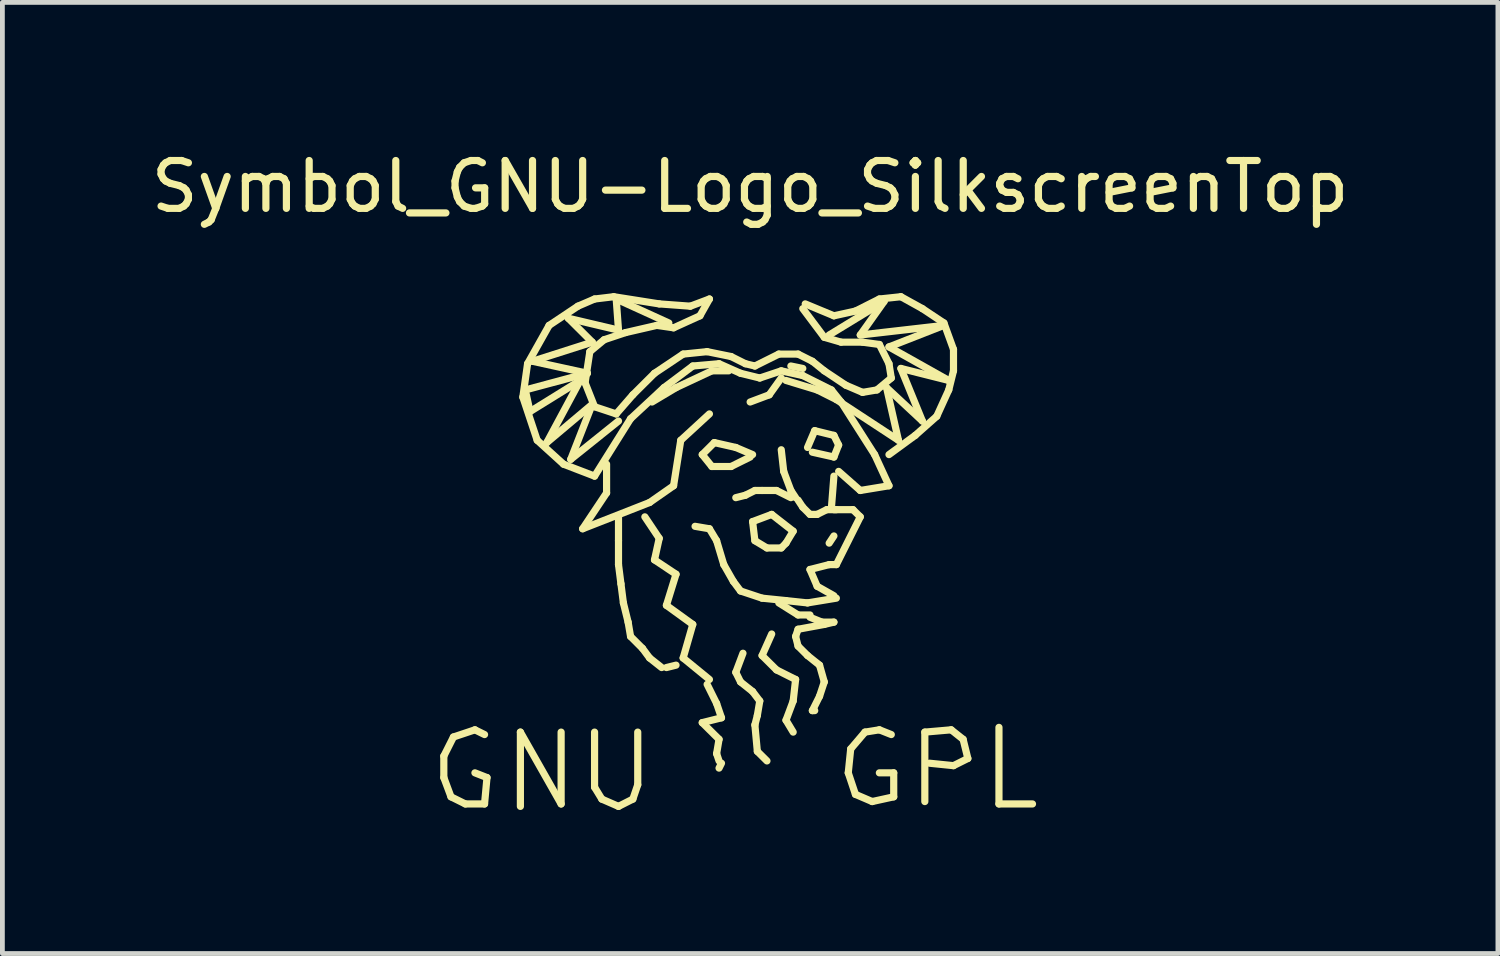
<source format=kicad_pcb>
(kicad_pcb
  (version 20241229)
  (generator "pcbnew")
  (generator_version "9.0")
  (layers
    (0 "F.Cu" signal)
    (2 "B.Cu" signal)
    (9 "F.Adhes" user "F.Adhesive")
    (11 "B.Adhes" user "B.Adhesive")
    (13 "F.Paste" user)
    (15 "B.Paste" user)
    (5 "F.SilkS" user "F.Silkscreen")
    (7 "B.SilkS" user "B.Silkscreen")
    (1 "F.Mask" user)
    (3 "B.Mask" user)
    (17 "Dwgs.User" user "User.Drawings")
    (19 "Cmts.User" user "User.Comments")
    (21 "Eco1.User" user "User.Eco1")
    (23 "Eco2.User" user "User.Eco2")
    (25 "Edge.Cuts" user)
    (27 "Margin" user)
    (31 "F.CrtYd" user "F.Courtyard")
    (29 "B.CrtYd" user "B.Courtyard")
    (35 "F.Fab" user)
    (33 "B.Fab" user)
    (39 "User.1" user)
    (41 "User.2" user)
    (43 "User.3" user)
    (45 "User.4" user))
  (footprint "Symbol_GNU-Logo_SilkscreenTop"
    (layer "F.Cu")
    (at 12.625 6.899)
    (property "Reference" "Symbol_GNU-Logo_SilkscreenTop" (at 0 -6.05 0) (layer "F.SilkS") (effects (font (size 1 1) (thickness 0.15))))
    (attr exclude_from_pos_files exclude_from_bom allow_missing_courtyard)
    (fp_line (start -6.401 5.85) (end -6.401 6.299) (stroke (width 0.15) (type solid)) (layer "F.SilkS"))
    (fp_line (start -6.401 6.299) (end -6.251 6.701) (stroke (width 0.15) (type solid)) (layer "F.SilkS"))
    (fp_line (start -6.251 6.701) (end -5.951 6.85) (stroke (width 0.15) (type solid)) (layer "F.SilkS"))
    (fp_line (start -6.2 5.451) (end -6.401 5.85) (stroke (width 0.15) (type solid)) (layer "F.SilkS"))
    (fp_line (start -5.951 6.85) (end -5.55 6.85) (stroke (width 0.15) (type solid)) (layer "F.SilkS"))
    (fp_line (start -5.751 5.301) (end -6.2 5.451) (stroke (width 0.15) (type solid)) (layer "F.SilkS"))
    (fp_line (start -5.55 5.4) (end -5.751 5.301) (stroke (width 0.15) (type solid)) (layer "F.SilkS"))
    (fp_line (start -5.55 6.85) (end -5.499 6.299) (stroke (width 0.15) (type solid)) (layer "F.SilkS"))
    (fp_line (start -5.499 6.299) (end -5.751 6.2) (stroke (width 0.15) (type solid)) (layer "F.SilkS"))
    (fp_line (start -4.801 5.349) (end -3.95 6.85) (stroke (width 0.15) (type solid)) (layer "F.SilkS"))
    (fp_line (start -4.801 6.901) (end -4.801 5.349) (stroke (width 0.15) (type solid)) (layer "F.SilkS"))
    (fp_line (start -4.75 -1.651) (end -4.45 -0.749) (stroke (width 0.15) (type solid)) (layer "F.SilkS"))
    (fp_line (start -4.699 -1.801) (end -3.401 -2.149) (stroke (width 0.15) (type solid)) (layer "F.SilkS"))
    (fp_line (start -4.651 -2.349) (end -4.75 -1.651) (stroke (width 0.15) (type solid)) (layer "F.SilkS"))
    (fp_line (start -4.6 -1.349) (end -4.699 -1.801) (stroke (width 0.15) (type solid)) (layer "F.SilkS"))
    (fp_line (start -4.549 -2.4) (end -3.299 -2.799) (stroke (width 0.15) (type solid)) (layer "F.SilkS"))
    (fp_line (start -4.45 -0.749) (end -3.899 -0.249) (stroke (width 0.15) (type solid)) (layer "F.SilkS"))
    (fp_line (start -4.249 -0.701) (end -3.551 -1.999) (stroke (width 0.15) (type solid)) (layer "F.SilkS"))
    (fp_line (start -4.201 -3.15) (end -4.651 -2.349) (stroke (width 0.15) (type solid)) (layer "F.SilkS"))
    (fp_line (start -3.95 6.85) (end -3.95 5.349) (stroke (width 0.15) (type solid)) (layer "F.SilkS"))
    (fp_line (start -3.899 -0.249) (end -3.251 0) (stroke (width 0.15) (type solid)) (layer "F.SilkS"))
    (fp_line (start -3.8 -3.299) (end -2.751 -3.051) (stroke (width 0.15) (type solid)) (layer "F.SilkS"))
    (fp_line (start -3.749 -0.351) (end -3.299 -1.501) (stroke (width 0.15) (type solid)) (layer "F.SilkS"))
    (fp_line (start -3.599 -3.551) (end -4.201 -3.15) (stroke (width 0.15) (type solid)) (layer "F.SilkS"))
    (fp_line (start -3.551 -1.999) (end -4.6 -1.349) (stroke (width 0.15) (type solid)) (layer "F.SilkS"))
    (fp_line (start -3.5 1.1) (end -2.101 0.551) (stroke (width 0.15) (type solid)) (layer "F.SilkS"))
    (fp_line (start -3.449 -1.951) (end -3.35 -2.601) (stroke (width 0.15) (type solid)) (layer "F.SilkS"))
    (fp_line (start -3.401 -2.149) (end -4.549 -2.4) (stroke (width 0.15) (type solid)) (layer "F.SilkS"))
    (fp_line (start -3.35 -2.601) (end -3.051 -2.85) (stroke (width 0.15) (type solid)) (layer "F.SilkS"))
    (fp_line (start -3.299 -2.799) (end -3.8 -3.299) (stroke (width 0.15) (type solid)) (layer "F.SilkS"))
    (fp_line (start -3.299 -1.501) (end -4.249 -0.701) (stroke (width 0.15) (type solid)) (layer "F.SilkS"))
    (fp_line (start -3.251 -3.701) (end -3.599 -3.551) (stroke (width 0.15) (type solid)) (layer "F.SilkS"))
    (fp_line (start -3.251 -1.45) (end -3.449 -1.951) (stroke (width 0.15) (type solid)) (layer "F.SilkS"))
    (fp_line (start -3.251 0) (end -2.499 -1.199) (stroke (width 0.15) (type solid)) (layer "F.SilkS"))
    (fp_line (start -3.251 5.349) (end -3.251 6.5) (stroke (width 0.15) (type solid)) (layer "F.SilkS"))
    (fp_line (start -3.251 6.5) (end -3.099 6.749) (stroke (width 0.15) (type solid)) (layer "F.SilkS"))
    (fp_line (start -3.099 6.749) (end -2.751 6.901) (stroke (width 0.15) (type solid)) (layer "F.SilkS"))
    (fp_line (start -3.051 -2.85) (end -2.601 -3) (stroke (width 0.15) (type solid)) (layer "F.SilkS"))
    (fp_line (start -3 -0.249) (end -3 0.351) (stroke (width 0.15) (type solid)) (layer "F.SilkS"))
    (fp_line (start -3 0.351) (end -3.5 1.1) (stroke (width 0.15) (type solid)) (layer "F.SilkS"))
    (fp_line (start -2.85 -3.749) (end -3.251 -3.701) (stroke (width 0.15) (type solid)) (layer "F.SilkS"))
    (fp_line (start -2.799 -3.701) (end -1.699 -3.2) (stroke (width 0.15) (type solid)) (layer "F.SilkS"))
    (fp_line (start -2.799 -1.3) (end -3.251 -1.45) (stroke (width 0.15) (type solid)) (layer "F.SilkS"))
    (fp_line (start -2.751 -3.051) (end -2.799 -3.701) (stroke (width 0.15) (type solid)) (layer "F.SilkS"))
    (fp_line (start -2.751 -1.151) (end -3.749 -0.351) (stroke (width 0.15) (type solid)) (layer "F.SilkS"))
    (fp_line (start -2.751 1.349) (end -2.751 0.851) (stroke (width 0.15) (type solid)) (layer "F.SilkS"))
    (fp_line (start -2.751 1.849) (end -2.751 1.349) (stroke (width 0.15) (type solid)) (layer "F.SilkS"))
    (fp_line (start -2.751 6.901) (end -2.451 6.749) (stroke (width 0.15) (type solid)) (layer "F.SilkS"))
    (fp_line (start -2.7 2.25) (end -2.751 1.849) (stroke (width 0.15) (type solid)) (layer "F.SilkS"))
    (fp_line (start -2.649 2.649) (end -2.7 2.25) (stroke (width 0.15) (type solid)) (layer "F.SilkS"))
    (fp_line (start -2.601 -3) (end -1.951 -3.15) (stroke (width 0.15) (type solid)) (layer "F.SilkS"))
    (fp_line (start -2.55 3.051) (end -2.649 2.649) (stroke (width 0.15) (type solid)) (layer "F.SilkS"))
    (fp_line (start -2.499 -1.199) (end -1.801 -1.849) (stroke (width 0.15) (type solid)) (layer "F.SilkS"))
    (fp_line (start -2.499 3.35) (end -2.55 3.051) (stroke (width 0.15) (type solid)) (layer "F.SilkS"))
    (fp_line (start -2.451 -1.699) (end -2.799 -1.3) (stroke (width 0.15) (type solid)) (layer "F.SilkS"))
    (fp_line (start -2.451 6.749) (end -2.349 6.449) (stroke (width 0.15) (type solid)) (layer "F.SilkS"))
    (fp_line (start -2.349 6.449) (end -2.349 5.349) (stroke (width 0.15) (type solid)) (layer "F.SilkS"))
    (fp_line (start -2.25 3.599) (end -2.499 3.35) (stroke (width 0.15) (type solid)) (layer "F.SilkS"))
    (fp_line (start -2.2 0.851) (end -1.9 1.3) (stroke (width 0.15) (type solid)) (layer "F.SilkS"))
    (fp_line (start -2.101 0.551) (end -1.6 0.201) (stroke (width 0.15) (type solid)) (layer "F.SilkS"))
    (fp_line (start -2.101 3.8) (end -2.25 3.599) (stroke (width 0.15) (type solid)) (layer "F.SilkS"))
    (fp_line (start -2.05 -1.549) (end -1.549 -1.849) (stroke (width 0.15) (type solid)) (layer "F.SilkS"))
    (fp_line (start -1.999 -2.149) (end -2.451 -1.699) (stroke (width 0.15) (type solid)) (layer "F.SilkS"))
    (fp_line (start -1.999 1.75) (end -1.549 2.05) (stroke (width 0.15) (type solid)) (layer "F.SilkS"))
    (fp_line (start -1.951 -3.15) (end -1.6 -3.099) (stroke (width 0.15) (type solid)) (layer "F.SilkS"))
    (fp_line (start -1.9 -3.599) (end -2.85 -3.749) (stroke (width 0.15) (type solid)) (layer "F.SilkS"))
    (fp_line (start -1.9 1.3) (end -1.999 1.75) (stroke (width 0.15) (type solid)) (layer "F.SilkS"))
    (fp_line (start -1.849 4) (end -2.101 3.8) (stroke (width 0.15) (type solid)) (layer "F.SilkS"))
    (fp_line (start -1.801 -1.849) (end -1.199 -2.301) (stroke (width 0.15) (type solid)) (layer "F.SilkS"))
    (fp_line (start -1.75 2.7) (end -1.199 3.099) (stroke (width 0.15) (type solid)) (layer "F.SilkS"))
    (fp_line (start -1.75 4) (end -1.549 3.95) (stroke (width 0.15) (type solid)) (layer "F.SilkS"))
    (fp_line (start -1.6 -3.099) (end -1.049 -3.35) (stroke (width 0.15) (type solid)) (layer "F.SilkS"))
    (fp_line (start -1.6 0.201) (end -1.45 -0.749) (stroke (width 0.15) (type solid)) (layer "F.SilkS"))
    (fp_line (start -1.549 -1.849) (end -0.8 -2.2) (stroke (width 0.15) (type solid)) (layer "F.SilkS"))
    (fp_line (start -1.549 2.05) (end -1.75 2.7) (stroke (width 0.15) (type solid)) (layer "F.SilkS"))
    (fp_line (start -1.45 -0.749) (end -0.851 -1.3) (stroke (width 0.15) (type solid)) (layer "F.SilkS"))
    (fp_line (start -1.4 -2.55) (end -1.999 -2.149) (stroke (width 0.15) (type solid)) (layer "F.SilkS"))
    (fp_line (start -1.4 3.8) (end -0.851 4.249) (stroke (width 0.15) (type solid)) (layer "F.SilkS"))
    (fp_line (start -1.25 -3.551) (end -1.9 -3.599) (stroke (width 0.15) (type solid)) (layer "F.SilkS"))
    (fp_line (start -1.199 -2.301) (end -0.65 -2.349) (stroke (width 0.15) (type solid)) (layer "F.SilkS"))
    (fp_line (start -1.199 3.099) (end -1.4 3.8) (stroke (width 0.15) (type solid)) (layer "F.SilkS"))
    (fp_line (start -1.049 -3.35) (end -0.851 -3.701) (stroke (width 0.15) (type solid)) (layer "F.SilkS"))
    (fp_line (start -1.001 -0.45) (end -0.8 -0.201) (stroke (width 0.15) (type solid)) (layer "F.SilkS"))
    (fp_line (start -1.001 5.151) (end -0.65 5.499) (stroke (width 0.15) (type solid)) (layer "F.SilkS"))
    (fp_line (start -0.899 -2.601) (end -1.4 -2.55) (stroke (width 0.15) (type solid)) (layer "F.SilkS"))
    (fp_line (start -0.899 4.351) (end -0.701 4.75) (stroke (width 0.15) (type solid)) (layer "F.SilkS"))
    (fp_line (start -0.851 -3.701) (end -1.25 -3.551) (stroke (width 0.15) (type solid)) (layer "F.SilkS"))
    (fp_line (start -0.851 1.1) (end -1.151 1.049) (stroke (width 0.15) (type solid)) (layer "F.SilkS"))
    (fp_line (start -0.8 -2.2) (end -0.45 -2.2) (stroke (width 0.15) (type solid)) (layer "F.SilkS"))
    (fp_line (start -0.8 -0.201) (end -0.399 -0.201) (stroke (width 0.15) (type solid)) (layer "F.SilkS"))
    (fp_line (start -0.749 -0.701) (end -1.001 -0.45) (stroke (width 0.15) (type solid)) (layer "F.SilkS"))
    (fp_line (start -0.701 1.349) (end -0.851 1.1) (stroke (width 0.15) (type solid)) (layer "F.SilkS"))
    (fp_line (start -0.701 4.75) (end -0.599 5.05) (stroke (width 0.15) (type solid)) (layer "F.SilkS"))
    (fp_line (start -0.701 5.799) (end -0.65 5.951) (stroke (width 0.15) (type solid)) (layer "F.SilkS"))
    (fp_line (start -0.65 -2.349) (end -0.201 -2.149) (stroke (width 0.15) (type solid)) (layer "F.SilkS"))
    (fp_line (start -0.65 5.499) (end -0.701 5.799) (stroke (width 0.15) (type solid)) (layer "F.SilkS"))
    (fp_line (start -0.599 5.05) (end -1.001 5.151) (stroke (width 0.15) (type solid)) (layer "F.SilkS"))
    (fp_line (start -0.599 5.999) (end -0.65 6.101) (stroke (width 0.15) (type solid)) (layer "F.SilkS"))
    (fp_line (start -0.551 1.849) (end -0.701 1.349) (stroke (width 0.15) (type solid)) (layer "F.SilkS"))
    (fp_line (start -0.399 -2.499) (end -0.899 -2.601) (stroke (width 0.15) (type solid)) (layer "F.SilkS"))
    (fp_line (start -0.399 -0.201) (end 0 -0.399) (stroke (width 0.15) (type solid)) (layer "F.SilkS"))
    (fp_line (start -0.351 2.2) (end -0.551 1.849) (stroke (width 0.15) (type solid)) (layer "F.SilkS"))
    (fp_line (start -0.3 -0.599) (end -0.749 -0.701) (stroke (width 0.15) (type solid)) (layer "F.SilkS"))
    (fp_line (start -0.3 4.1) (end -0.201 4.3) (stroke (width 0.15) (type solid)) (layer "F.SilkS"))
    (fp_line (start -0.201 -2.149) (end 0.201 -2.05) (stroke (width 0.15) (type solid)) (layer "F.SilkS"))
    (fp_line (start -0.201 2.4) (end -0.351 2.2) (stroke (width 0.15) (type solid)) (layer "F.SilkS"))
    (fp_line (start -0.201 4.3) (end 0.051 4.501) (stroke (width 0.15) (type solid)) (layer "F.SilkS"))
    (fp_line (start -0.15 3.701) (end -0.3 4.1) (stroke (width 0.15) (type solid)) (layer "F.SilkS"))
    (fp_line (start -0.099 -2.349) (end -0.399 -2.499) (stroke (width 0.15) (type solid)) (layer "F.SilkS"))
    (fp_line (start -0.099 0.399) (end -0.3 0.45) (stroke (width 0.15) (type solid)) (layer "F.SilkS"))
    (fp_line (start 0 -1.549) (end 0.399 -1.699) (stroke (width 0.15) (type solid)) (layer "F.SilkS"))
    (fp_line (start 0.051 -0.45) (end -0.3 -0.599) (stroke (width 0.15) (type solid)) (layer "F.SilkS"))
    (fp_line (start 0.051 0.95) (end 0.099 1.349) (stroke (width 0.15) (type solid)) (layer "F.SilkS"))
    (fp_line (start 0.051 4.501) (end 0.201 4.699) (stroke (width 0.15) (type solid)) (layer "F.SilkS"))
    (fp_line (start 0.099 -2.301) (end -0.099 -2.349) (stroke (width 0.15) (type solid)) (layer "F.SilkS"))
    (fp_line (start 0.099 0.3) (end -0.099 0.399) (stroke (width 0.15) (type solid)) (layer "F.SilkS"))
    (fp_line (start 0.099 1.349) (end 0.351 1.501) (stroke (width 0.15) (type solid)) (layer "F.SilkS"))
    (fp_line (start 0.099 5.199) (end 0.15 5.751) (stroke (width 0.15) (type solid)) (layer "F.SilkS"))
    (fp_line (start 0.15 5.001) (end 0.099 5.199) (stroke (width 0.15) (type solid)) (layer "F.SilkS"))
    (fp_line (start 0.15 5.751) (end 0.351 5.951) (stroke (width 0.15) (type solid)) (layer "F.SilkS"))
    (fp_line (start 0.201 -2.05) (end 0.65 -2.2) (stroke (width 0.15) (type solid)) (layer "F.SilkS"))
    (fp_line (start 0.201 4.699) (end 0.15 5.001) (stroke (width 0.15) (type solid)) (layer "F.SilkS"))
    (fp_line (start 0.249 0.3) (end 0.099 0.3) (stroke (width 0.15) (type solid)) (layer "F.SilkS"))
    (fp_line (start 0.249 2.55) (end -0.201 2.4) (stroke (width 0.15) (type solid)) (layer "F.SilkS"))
    (fp_line (start 0.249 3.749) (end 0.551 4.049) (stroke (width 0.15) (type solid)) (layer "F.SilkS"))
    (fp_line (start 0.351 1.501) (end 0.65 1.501) (stroke (width 0.15) (type solid)) (layer "F.SilkS"))
    (fp_line (start 0.399 -1.699) (end 0.65 -2.05) (stroke (width 0.15) (type solid)) (layer "F.SilkS"))
    (fp_line (start 0.45 0.8) (end 0.051 0.95) (stroke (width 0.15) (type solid)) (layer "F.SilkS"))
    (fp_line (start 0.45 3.299) (end 0.249 3.749) (stroke (width 0.15) (type solid)) (layer "F.SilkS"))
    (fp_line (start 0.551 0.3) (end 0.249 0.3) (stroke (width 0.15) (type solid)) (layer "F.SilkS"))
    (fp_line (start 0.551 4.049) (end 0.95 4.249) (stroke (width 0.15) (type solid)) (layer "F.SilkS"))
    (fp_line (start 0.599 -2.55) (end 0.099 -2.301) (stroke (width 0.15) (type solid)) (layer "F.SilkS"))
    (fp_line (start 0.599 2.649) (end 1.001 2.901) (stroke (width 0.15) (type solid)) (layer "F.SilkS"))
    (fp_line (start 0.65 -2.2) (end 1.1 -2.101) (stroke (width 0.15) (type solid)) (layer "F.SilkS"))
    (fp_line (start 0.65 -0.551) (end 0.701 -0.099) (stroke (width 0.15) (type solid)) (layer "F.SilkS"))
    (fp_line (start 0.65 1.501) (end 0.749 1.4) (stroke (width 0.15) (type solid)) (layer "F.SilkS"))
    (fp_line (start 0.701 -0.099) (end 0.851 0.3) (stroke (width 0.15) (type solid)) (layer "F.SilkS"))
    (fp_line (start 0.749 -1.999) (end 1.4 -1.801) (stroke (width 0.15) (type solid)) (layer "F.SilkS"))
    (fp_line (start 0.749 1.4) (end 0.899 1.151) (stroke (width 0.15) (type solid)) (layer "F.SilkS"))
    (fp_line (start 0.749 2.601) (end 0.249 2.55) (stroke (width 0.15) (type solid)) (layer "F.SilkS"))
    (fp_line (start 0.749 5.1) (end 0.899 5.349) (stroke (width 0.15) (type solid)) (layer "F.SilkS"))
    (fp_line (start 0.851 -2.301) (end 1.1 -2.25) (stroke (width 0.15) (type solid)) (layer "F.SilkS"))
    (fp_line (start 0.851 0.3) (end 0.95 0.45) (stroke (width 0.15) (type solid)) (layer "F.SilkS"))
    (fp_line (start 0.851 0.45) (end 0.551 0.3) (stroke (width 0.15) (type solid)) (layer "F.SilkS"))
    (fp_line (start 0.899 1.151) (end 0.45 0.8) (stroke (width 0.15) (type solid)) (layer "F.SilkS"))
    (fp_line (start 0.899 4.699) (end 0.749 5.1) (stroke (width 0.15) (type solid)) (layer "F.SilkS"))
    (fp_line (start 0.95 3.35) (end 1.001 3.551) (stroke (width 0.15) (type solid)) (layer "F.SilkS"))
    (fp_line (start 0.95 4.249) (end 0.899 4.699) (stroke (width 0.15) (type solid)) (layer "F.SilkS"))
    (fp_line (start 1.001 -2.55) (end 0.599 -2.55) (stroke (width 0.15) (type solid)) (layer "F.SilkS"))
    (fp_line (start 1.001 0.5) (end 1.1 0.65) (stroke (width 0.15) (type solid)) (layer "F.SilkS"))
    (fp_line (start 1.001 2.901) (end 1.25 2.901) (stroke (width 0.15) (type solid)) (layer "F.SilkS"))
    (fp_line (start 1.001 3.2) (end 0.95 3.35) (stroke (width 0.15) (type solid)) (layer "F.SilkS"))
    (fp_line (start 1.001 3.551) (end 1.199 3.749) (stroke (width 0.15) (type solid)) (layer "F.SilkS"))
    (fp_line (start 1.1 -3.5) (end 1.549 -2.901) (stroke (width 0.15) (type solid)) (layer "F.SilkS"))
    (fp_line (start 1.1 -2.101) (end 1.699 -1.801) (stroke (width 0.15) (type solid)) (layer "F.SilkS"))
    (fp_line (start 1.1 0.65) (end 1.25 0.8) (stroke (width 0.15) (type solid)) (layer "F.SilkS"))
    (fp_line (start 1.151 -3.599) (end 1.75 -3.35) (stroke (width 0.15) (type solid)) (layer "F.SilkS"))
    (fp_line (start 1.199 -0.599) (end 1.349 -0.95) (stroke (width 0.15) (type solid)) (layer "F.SilkS"))
    (fp_line (start 1.199 2.649) (end 0.749 2.601) (stroke (width 0.15) (type solid)) (layer "F.SilkS"))
    (fp_line (start 1.199 3.749) (end 1.45 3.95) (stroke (width 0.15) (type solid)) (layer "F.SilkS"))
    (fp_line (start 1.25 0.8) (end 1.4 0.8) (stroke (width 0.15) (type solid)) (layer "F.SilkS"))
    (fp_line (start 1.25 1.951) (end 1.4 2.301) (stroke (width 0.15) (type solid)) (layer "F.SilkS"))
    (fp_line (start 1.25 2.949) (end 1.501 3.051) (stroke (width 0.15) (type solid)) (layer "F.SilkS"))
    (fp_line (start 1.3 -2.4) (end 1.001 -2.55) (stroke (width 0.15) (type solid)) (layer "F.SilkS"))
    (fp_line (start 1.3 4.9) (end 1.349 4.9) (stroke (width 0.15) (type solid)) (layer "F.SilkS"))
    (fp_line (start 1.349 -0.95) (end 1.75 -0.851) (stroke (width 0.15) (type solid)) (layer "F.SilkS"))
    (fp_line (start 1.4 -1.801) (end 1.801 -1.6) (stroke (width 0.15) (type solid)) (layer "F.SilkS"))
    (fp_line (start 1.4 0.8) (end 1.6 0.701) (stroke (width 0.15) (type solid)) (layer "F.SilkS"))
    (fp_line (start 1.4 2.301) (end 1.75 2.499) (stroke (width 0.15) (type solid)) (layer "F.SilkS"))
    (fp_line (start 1.45 3.95) (end 1.549 4.3) (stroke (width 0.15) (type solid)) (layer "F.SilkS"))
    (fp_line (start 1.45 4.6) (end 1.3 4.9) (stroke (width 0.15) (type solid)) (layer "F.SilkS"))
    (fp_line (start 1.501 3.051) (end 1.75 3.051) (stroke (width 0.15) (type solid)) (layer "F.SilkS"))
    (fp_line (start 1.549 -2.901) (end 1.9 -2.799) (stroke (width 0.15) (type solid)) (layer "F.SilkS"))
    (fp_line (start 1.549 -2.2) (end 1.3 -2.4) (stroke (width 0.15) (type solid)) (layer "F.SilkS"))
    (fp_line (start 1.549 3.099) (end 1.001 3.2) (stroke (width 0.15) (type solid)) (layer "F.SilkS"))
    (fp_line (start 1.549 4.3) (end 1.45 4.6) (stroke (width 0.15) (type solid)) (layer "F.SilkS"))
    (fp_line (start 1.6 0.701) (end 1.801 0.701) (stroke (width 0.15) (type solid)) (layer "F.SilkS"))
    (fp_line (start 1.651 1.849) (end 1.25 1.951) (stroke (width 0.15) (type solid)) (layer "F.SilkS"))
    (fp_line (start 1.699 -1.801) (end 1.9 -1.549) (stroke (width 0.15) (type solid)) (layer "F.SilkS"))
    (fp_line (start 1.75 -3.35) (end 2.2 -3.449) (stroke (width 0.15) (type solid)) (layer "F.SilkS"))
    (fp_line (start 1.75 -0.851) (end 1.849 -0.65) (stroke (width 0.15) (type solid)) (layer "F.SilkS"))
    (fp_line (start 1.75 -0.399) (end 1.3 -0.5) (stroke (width 0.15) (type solid)) (layer "F.SilkS"))
    (fp_line (start 1.75 0) (end 1.699 0.65) (stroke (width 0.15) (type solid)) (layer "F.SilkS"))
    (fp_line (start 1.75 0.701) (end 2.149 0.701) (stroke (width 0.15) (type solid)) (layer "F.SilkS"))
    (fp_line (start 1.75 1.25) (end 1.651 1.4) (stroke (width 0.15) (type solid)) (layer "F.SilkS"))
    (fp_line (start 1.75 3.051) (end 1.549 3.099) (stroke (width 0.15) (type solid)) (layer "F.SilkS"))
    (fp_line (start 1.801 -1.6) (end 3.099 -0.749) (stroke (width 0.15) (type solid)) (layer "F.SilkS"))
    (fp_line (start 1.801 1.849) (end 1.651 1.849) (stroke (width 0.15) (type solid)) (layer "F.SilkS"))
    (fp_line (start 1.801 2.55) (end 1.199 2.649) (stroke (width 0.15) (type solid)) (layer "F.SilkS"))
    (fp_line (start 1.849 -0.65) (end 1.75 -0.399) (stroke (width 0.15) (type solid)) (layer "F.SilkS"))
    (fp_line (start 1.9 -2.799) (end 2.349 -2.799) (stroke (width 0.15) (type solid)) (layer "F.SilkS"))
    (fp_line (start 1.9 -1.549) (end 2.601 -0.45) (stroke (width 0.15) (type solid)) (layer "F.SilkS"))
    (fp_line (start 1.999 -1.9) (end 1.549 -2.2) (stroke (width 0.15) (type solid)) (layer "F.SilkS"))
    (fp_line (start 2.05 6.2) (end 2.2 6.65) (stroke (width 0.15) (type solid)) (layer "F.SilkS"))
    (fp_line (start 2.101 5.7) (end 2.05 6.2) (stroke (width 0.15) (type solid)) (layer "F.SilkS"))
    (fp_line (start 2.149 0.701) (end 2.301 0.851) (stroke (width 0.15) (type solid)) (layer "F.SilkS"))
    (fp_line (start 2.2 -3.449) (end 2.7 -3.701) (stroke (width 0.15) (type solid)) (layer "F.SilkS"))
    (fp_line (start 2.2 6.65) (end 2.55 6.8) (stroke (width 0.15) (type solid)) (layer "F.SilkS"))
    (fp_line (start 2.301 -2.949) (end 2.799 -3.65) (stroke (width 0.15) (type solid)) (layer "F.SilkS"))
    (fp_line (start 2.301 0.3) (end 1.849 -0.099) (stroke (width 0.15) (type solid)) (layer "F.SilkS"))
    (fp_line (start 2.301 0.851) (end 1.801 1.849) (stroke (width 0.15) (type solid)) (layer "F.SilkS"))
    (fp_line (start 2.349 -2.799) (end 2.7 -2.751) (stroke (width 0.15) (type solid)) (layer "F.SilkS"))
    (fp_line (start 2.349 -1.75) (end 1.999 -1.9) (stroke (width 0.15) (type solid)) (layer "F.SilkS"))
    (fp_line (start 2.4 5.349) (end 2.101 5.7) (stroke (width 0.15) (type solid)) (layer "F.SilkS"))
    (fp_line (start 2.55 6.8) (end 3 6.701) (stroke (width 0.15) (type solid)) (layer "F.SilkS"))
    (fp_line (start 2.601 -0.45) (end 2.901 0.201) (stroke (width 0.15) (type solid)) (layer "F.SilkS"))
    (fp_line (start 2.649 -1.801) (end 2.349 -1.75) (stroke (width 0.15) (type solid)) (layer "F.SilkS"))
    (fp_line (start 2.7 -3.701) (end 3.15 -3.749) (stroke (width 0.15) (type solid)) (layer "F.SilkS"))
    (fp_line (start 2.7 -2.751) (end 2.901 -2.349) (stroke (width 0.15) (type solid)) (layer "F.SilkS"))
    (fp_line (start 2.7 5.301) (end 2.4 5.349) (stroke (width 0.15) (type solid)) (layer "F.SilkS"))
    (fp_line (start 2.799 -3.65) (end 1.651 -2.949) (stroke (width 0.15) (type solid)) (layer "F.SilkS"))
    (fp_line (start 2.85 -1.849) (end 3.599 -1.151) (stroke (width 0.15) (type solid)) (layer "F.SilkS"))
    (fp_line (start 2.901 -2.7) (end 4.049 -3.15) (stroke (width 0.15) (type solid)) (layer "F.SilkS"))
    (fp_line (start 2.901 -2.349) (end 2.949 -2.05) (stroke (width 0.15) (type solid)) (layer "F.SilkS"))
    (fp_line (start 2.901 0.201) (end 2.301 0.3) (stroke (width 0.15) (type solid)) (layer "F.SilkS"))
    (fp_line (start 2.949 -2.05) (end 2.649 -1.801) (stroke (width 0.15) (type solid)) (layer "F.SilkS"))
    (fp_line (start 2.949 5.4) (end 2.7 5.301) (stroke (width 0.15) (type solid)) (layer "F.SilkS"))
    (fp_line (start 3 6.2) (end 2.7 6.2) (stroke (width 0.15) (type solid)) (layer "F.SilkS"))
    (fp_line (start 3 6.701) (end 3 6.2) (stroke (width 0.15) (type solid)) (layer "F.SilkS"))
    (fp_line (start 3.099 -0.749) (end 2.85 -1.849) (stroke (width 0.15) (type solid)) (layer "F.SilkS"))
    (fp_line (start 3.15 -3.749) (end 3.599 -3.5) (stroke (width 0.15) (type solid)) (layer "F.SilkS"))
    (fp_line (start 3.15 -2.25) (end 4.15 -1.999) (stroke (width 0.15) (type solid)) (layer "F.SilkS"))
    (fp_line (start 3.449 -0.851) (end 2.901 -0.45) (stroke (width 0.15) (type solid)) (layer "F.SilkS"))
    (fp_line (start 3.599 -3.5) (end 4.049 -3.2) (stroke (width 0.15) (type solid)) (layer "F.SilkS"))
    (fp_line (start 3.599 -1.151) (end 3.15 -2.25) (stroke (width 0.15) (type solid)) (layer "F.SilkS"))
    (fp_line (start 3.65 5.349) (end 4.201 5.301) (stroke (width 0.15) (type solid)) (layer "F.SilkS"))
    (fp_line (start 3.65 6.8) (end 3.65 5.349) (stroke (width 0.15) (type solid)) (layer "F.SilkS"))
    (fp_line (start 3.899 -1.25) (end 3.449 -0.851) (stroke (width 0.15) (type solid)) (layer "F.SilkS"))
    (fp_line (start 4.049 -3.2) (end 4.249 -2.649) (stroke (width 0.15) (type solid)) (layer "F.SilkS"))
    (fp_line (start 4.049 -3.15) (end 2.301 -2.949) (stroke (width 0.15) (type solid)) (layer "F.SilkS"))
    (fp_line (start 4.15 -1.999) (end 2.901 -2.7) (stroke (width 0.15) (type solid)) (layer "F.SilkS"))
    (fp_line (start 4.15 -1.801) (end 3.899 -1.25) (stroke (width 0.15) (type solid)) (layer "F.SilkS"))
    (fp_line (start 4.201 5.301) (end 4.45 5.499) (stroke (width 0.15) (type solid)) (layer "F.SilkS"))
    (fp_line (start 4.249 -2.649) (end 4.249 -2.2) (stroke (width 0.15) (type solid)) (layer "F.SilkS"))
    (fp_line (start 4.249 -2.2) (end 4.15 -1.801) (stroke (width 0.15) (type solid)) (layer "F.SilkS"))
    (fp_line (start 4.249 6.05) (end 3.749 5.999) (stroke (width 0.15) (type solid)) (layer "F.SilkS"))
    (fp_line (start 4.45 5.499) (end 4.549 5.9) (stroke (width 0.15) (type solid)) (layer "F.SilkS"))
    (fp_line (start 4.549 5.9) (end 4.249 6.05) (stroke (width 0.15) (type solid)) (layer "F.SilkS"))
    (fp_line (start 5.199 5.25) (end 5.199 6.85) (stroke (width 0.15) (type solid)) (layer "F.SilkS"))
    (fp_line (start 5.199 6.85) (end 5.9 6.85) (stroke (width 0.15) (type solid)) (layer "F.SilkS")))
  (gr_rect
    (start -3 -3)
    (end 28.25 16.875)
    (stroke (width 0.1) (type default))
    (fill no)
    (layer "Edge.Cuts")))
</source>
